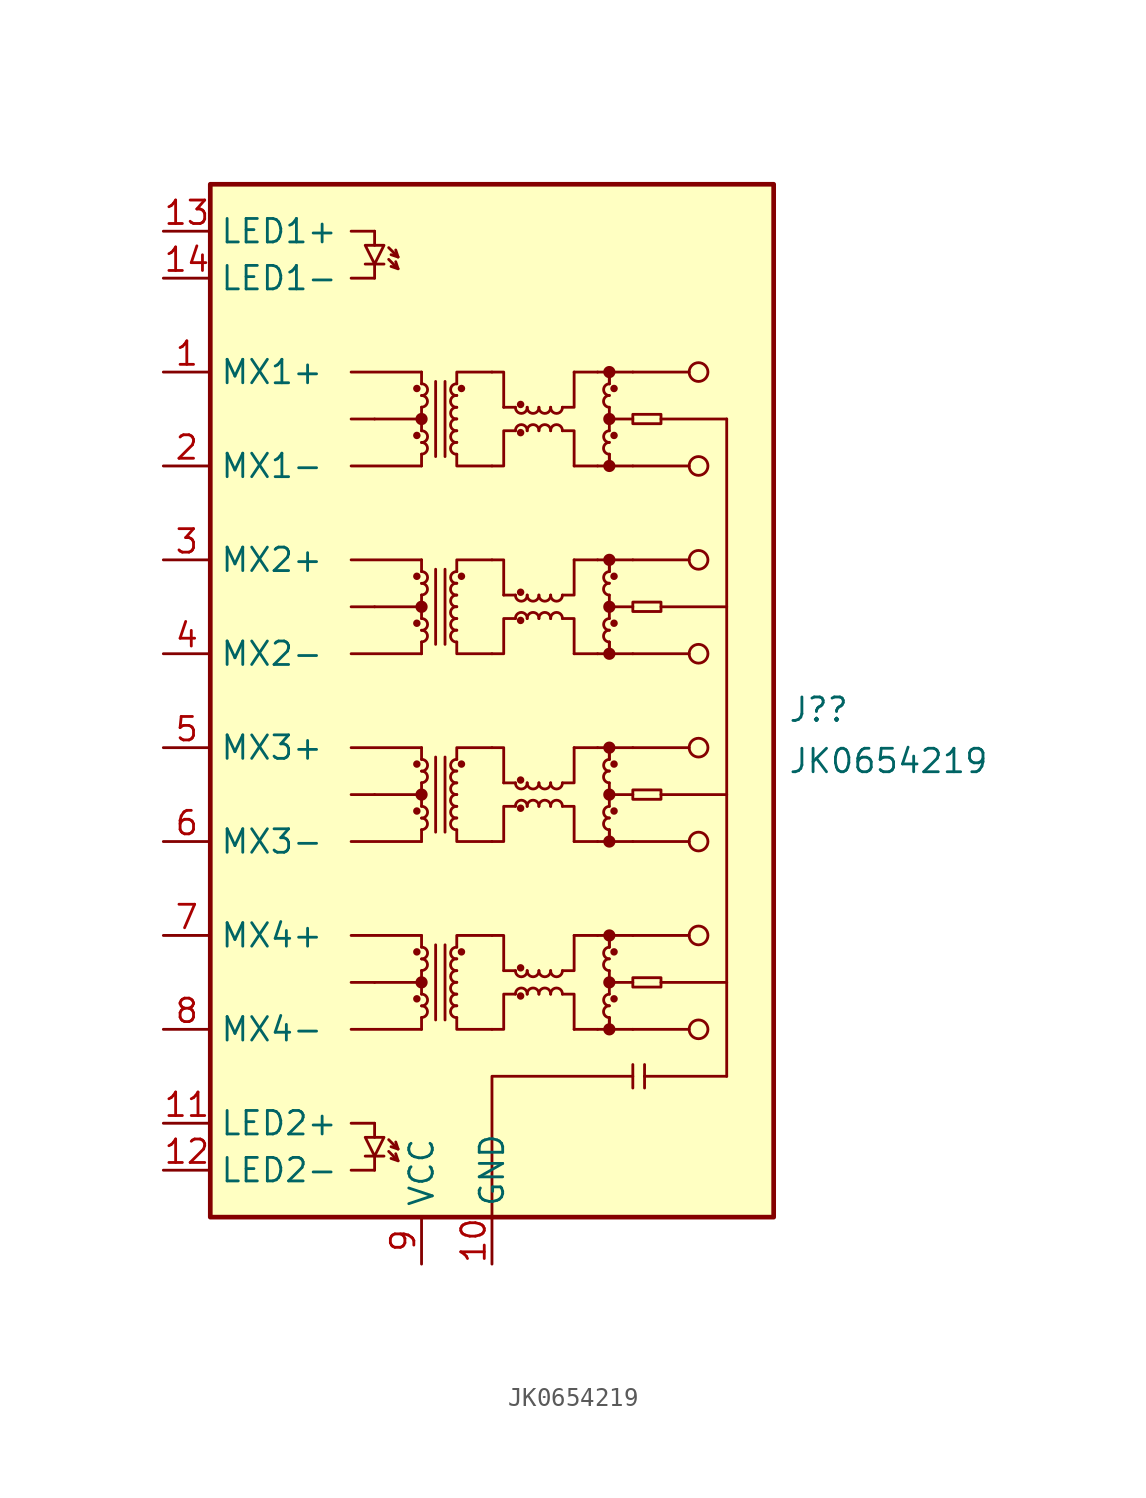
<source format=kicad_sym>
(kicad_symbol_lib
  (version 20210619)
  (generator kicad_symbol_editor)
  (symbol "Connector:JK0654219"
    (property "Reference" "J?"
      (at 16.002 -0.488 0)
      (effects (font (size 1.27 1.27)) (justify left)))
    (property "Value" "JK0654219"
      (at 16.002 -3.264 0)
      (effects (font (size 1.27 1.27)) (justify left)))
    (symbol "JK0654219_0_1"
      (arc (start -3.81 -17.145) (end -3.81 -16.51) (radius (at -3.81 -16.8402) (length 0.3048) (angles -89.9 89.9)) (stroke (width 0)) (fill (type none)))
      (arc (start -3.81 -16.51) (end -3.81 -15.875) (radius (at -3.81 -16.2052) (length 0.3048) (angles -89.9 89.9)) (stroke (width 0)) (fill (type none)))
      (arc (start -3.81 -14.605) (end -3.81 -13.97) (radius (at -3.81 -14.3002) (length 0.3048) (angles -89.9 89.9)) (stroke (width 0)) (fill (type none)))
      (arc (start -3.81 -13.97) (end -3.81 -13.335) (radius (at -3.81 -13.6652) (length 0.3048) (angles -89.9 89.9)) (stroke (width 0)) (fill (type none)))
      (arc (start -3.81 -6.985) (end -3.81 -6.35) (radius (at -3.81 -6.6802) (length 0.3048) (angles -89.9 89.9)) (stroke (width 0)) (fill (type none)))
      (arc (start -3.81 -6.35) (end -3.81 -5.715) (radius (at -3.81 -6.0452) (length 0.3048) (angles -89.9 89.9)) (stroke (width 0)) (fill (type none)))
      (arc (start -3.81 -4.445) (end -3.81 -3.81) (radius (at -3.81 -4.1402) (length 0.3048) (angles -89.9 89.9)) (stroke (width 0)) (fill (type none)))
      (arc (start -3.81 -3.81) (end -3.81 -3.175) (radius (at -3.81 -3.5052) (length 0.3048) (angles -89.9 89.9)) (stroke (width 0)) (fill (type none)))
      (arc (start -3.81 3.175) (end -3.81 3.81) (radius (at -3.81 3.4798) (length 0.3048) (angles -89.9 89.9)) (stroke (width 0)) (fill (type none)))
      (arc (start -3.81 3.81) (end -3.81 4.445) (radius (at -3.81 4.1148) (length 0.3048) (angles -89.9 89.9)) (stroke (width 0)) (fill (type none)))
      (arc (start -3.81 5.715) (end -3.81 6.35) (radius (at -3.81 6.0198) (length 0.3048) (angles -89.9 89.9)) (stroke (width 0)) (fill (type none)))
      (arc (start -3.81 6.35) (end -3.81 6.985) (radius (at -3.81 6.6548) (length 0.3048) (angles -89.9 89.9)) (stroke (width 0)) (fill (type none)))
      (arc (start -3.81 13.335) (end -3.81 13.97) (radius (at -3.81 13.6398) (length 0.3048) (angles -89.9 89.9)) (stroke (width 0)) (fill (type none)))
      (arc (start -3.81 13.97) (end -3.81 14.605) (radius (at -3.81 14.2748) (length 0.3048) (angles -89.9 89.9)) (stroke (width 0)) (fill (type none)))
      (arc (start -3.81 15.875) (end -3.81 16.51) (radius (at -3.81 16.1798) (length 0.3048) (angles -89.9 89.9)) (stroke (width 0)) (fill (type none)))
      (arc (start -3.81 16.51) (end -3.81 17.145) (radius (at -3.81 16.8148) (length 0.3048) (angles -89.9 89.9)) (stroke (width 0)) (fill (type none)))
      (arc (start -1.905 -16.51) (end -1.905 -17.145) (radius (at -1.905 -16.8148) (length 0.3048) (angles 90.1 -90.1)) (stroke (width 0)) (fill (type none)))
      (arc (start -1.905 -15.875) (end -1.905 -16.51) (radius (at -1.905 -16.1798) (length 0.3048) (angles 90.1 -90.1)) (stroke (width 0)) (fill (type none)))
      (arc (start -1.905 -15.24) (end -1.905 -15.875) (radius (at -1.905 -15.5448) (length 0.3048) (angles 90.1 -90.1)) (stroke (width 0)) (fill (type none)))
      (arc (start -1.905 -14.605) (end -1.905 -15.24) (radius (at -1.905 -14.9098) (length 0.3048) (angles 90.1 -90.1)) (stroke (width 0)) (fill (type none)))
      (arc (start -1.905 -13.97) (end -1.905 -14.605) (radius (at -1.905 -14.2748) (length 0.3048) (angles 90.1 -90.1)) (stroke (width 0)) (fill (type none)))
      (arc (start -1.905 -13.335) (end -1.905 -13.97) (radius (at -1.905 -13.6398) (length 0.3048) (angles 90.1 -90.1)) (stroke (width 0)) (fill (type none)))
      (arc (start -1.905 -6.35) (end -1.905 -6.985) (radius (at -1.905 -6.6548) (length 0.3048) (angles 90.1 -90.1)) (stroke (width 0)) (fill (type none)))
      (arc (start -1.905 -5.715) (end -1.905 -6.35) (radius (at -1.905 -6.0198) (length 0.3048) (angles 90.1 -90.1)) (stroke (width 0)) (fill (type none)))
      (arc (start -1.905 -5.08) (end -1.905 -5.715) (radius (at -1.905 -5.3848) (length 0.3048) (angles 90.1 -90.1)) (stroke (width 0)) (fill (type none)))
      (arc (start -1.905 -4.445) (end -1.905 -5.08) (radius (at -1.905 -4.7498) (length 0.3048) (angles 90.1 -90.1)) (stroke (width 0)) (fill (type none)))
      (arc (start -1.905 -3.81) (end -1.905 -4.445) (radius (at -1.905 -4.1148) (length 0.3048) (angles 90.1 -90.1)) (stroke (width 0)) (fill (type none)))
      (arc (start -1.905 -3.175) (end -1.905 -3.81) (radius (at -1.905 -3.4798) (length 0.3048) (angles 90.1 -90.1)) (stroke (width 0)) (fill (type none)))
      (arc (start -1.905 3.81) (end -1.905 3.175) (radius (at -1.905 3.5052) (length 0.3048) (angles 90.1 -90.1)) (stroke (width 0)) (fill (type none)))
      (arc (start -1.905 4.445) (end -1.905 3.81) (radius (at -1.905 4.1402) (length 0.3048) (angles 90.1 -90.1)) (stroke (width 0)) (fill (type none)))
      (arc (start -1.905 5.08) (end -1.905 4.445) (radius (at -1.905 4.7752) (length 0.3048) (angles 90.1 -90.1)) (stroke (width 0)) (fill (type none)))
      (arc (start -1.905 5.715) (end -1.905 5.08) (radius (at -1.905 5.4102) (length 0.3048) (angles 90.1 -90.1)) (stroke (width 0)) (fill (type none)))
      (arc (start -1.905 6.35) (end -1.905 5.715) (radius (at -1.905 6.0452) (length 0.3048) (angles 90.1 -90.1)) (stroke (width 0)) (fill (type none)))
      (arc (start -1.905 6.985) (end -1.905 6.35) (radius (at -1.905 6.6802) (length 0.3048) (angles 90.1 -90.1)) (stroke (width 0)) (fill (type none)))
      (arc (start -1.905 13.97) (end -1.905 13.335) (radius (at -1.905 13.6652) (length 0.3048) (angles 90.1 -90.1)) (stroke (width 0)) (fill (type none)))
      (arc (start -1.905 14.605) (end -1.905 13.97) (radius (at -1.905 14.3002) (length 0.3048) (angles 90.1 -90.1)) (stroke (width 0)) (fill (type none)))
      (arc (start -1.905 15.24) (end -1.905 14.605) (radius (at -1.905 14.9352) (length 0.3048) (angles 90.1 -90.1)) (stroke (width 0)) (fill (type none)))
      (arc (start -1.905 15.875) (end -1.905 15.24) (radius (at -1.905 15.5702) (length 0.3048) (angles 90.1 -90.1)) (stroke (width 0)) (fill (type none)))
      (arc (start -1.905 16.51) (end -1.905 15.875) (radius (at -1.905 16.2052) (length 0.3048) (angles 90.1 -90.1)) (stroke (width 0)) (fill (type none)))
      (arc (start -1.905 17.145) (end -1.905 16.51) (radius (at -1.905 16.8402) (length 0.3048) (angles 90.1 -90.1)) (stroke (width 0)) (fill (type none)))
      (arc (start 1.27 -14.605) (end 1.905 -14.605) (radius (at 1.5748 -14.605) (length 0.3048) (angles -179.9 -0.1)) (stroke (width 0)) (fill (type none)))
      (arc (start 1.27 -4.445) (end 1.905 -4.445) (radius (at 1.5748 -4.445) (length 0.3048) (angles -179.9 -0.1)) (stroke (width 0)) (fill (type none)))
      (arc (start 1.27 5.715) (end 1.905 5.715) (radius (at 1.5748 5.715) (length 0.3048) (angles -179.9 -0.1)) (stroke (width 0)) (fill (type none)))
      (arc (start 1.27 15.875) (end 1.905 15.875) (radius (at 1.5748 15.875) (length 0.3048) (angles -179.9 -0.1)) (stroke (width 0)) (fill (type none)))
      (arc (start 1.905 -15.875) (end 1.27 -15.875) (radius (at 1.6002 -15.875) (length 0.3048) (angles 0.1 179.9)) (stroke (width 0)) (fill (type none)))
      (arc (start 1.905 -5.715) (end 1.27 -5.715) (radius (at 1.6002 -5.715) (length 0.3048) (angles 0.1 179.9)) (stroke (width 0)) (fill (type none)))
      (arc (start 1.905 4.445) (end 1.27 4.445) (radius (at 1.6002 4.445) (length 0.3048) (angles 0.1 179.9)) (stroke (width 0)) (fill (type none)))
      (arc (start 1.905 14.605) (end 1.27 14.605) (radius (at 1.6002 14.605) (length 0.3048) (angles 0.1 179.9)) (stroke (width 0)) (fill (type none)))
      (arc (start 1.905 -14.605) (end 2.54 -14.605) (radius (at 2.2098 -14.605) (length 0.3048) (angles -179.9 -0.1)) (stroke (width 0)) (fill (type none)))
      (arc (start 1.905 -4.445) (end 2.54 -4.445) (radius (at 2.2098 -4.445) (length 0.3048) (angles -179.9 -0.1)) (stroke (width 0)) (fill (type none)))
      (arc (start 1.905 5.715) (end 2.54 5.715) (radius (at 2.2098 5.715) (length 0.3048) (angles -179.9 -0.1)) (stroke (width 0)) (fill (type none)))
      (arc (start 1.905 15.875) (end 2.54 15.875) (radius (at 2.2098 15.875) (length 0.3048) (angles -179.9 -0.1)) (stroke (width 0)) (fill (type none)))
      (arc (start 2.54 -15.875) (end 1.905 -15.875) (radius (at 2.2352 -15.875) (length 0.3048) (angles 0.1 179.9)) (stroke (width 0)) (fill (type none)))
      (arc (start 2.54 -5.715) (end 1.905 -5.715) (radius (at 2.2352 -5.715) (length 0.3048) (angles 0.1 179.9)) (stroke (width 0)) (fill (type none)))
      (arc (start 2.54 4.445) (end 1.905 4.445) (radius (at 2.2352 4.445) (length 0.3048) (angles 0.1 179.9)) (stroke (width 0)) (fill (type none)))
      (arc (start 2.54 14.605) (end 1.905 14.605) (radius (at 2.2352 14.605) (length 0.3048) (angles 0.1 179.9)) (stroke (width 0)) (fill (type none)))
      (arc (start 2.54 -14.605) (end 3.175 -14.605) (radius (at 2.8448 -14.605) (length 0.3048) (angles -179.9 -0.1)) (stroke (width 0)) (fill (type none)))
      (arc (start 2.54 -4.445) (end 3.175 -4.445) (radius (at 2.8448 -4.445) (length 0.3048) (angles -179.9 -0.1)) (stroke (width 0)) (fill (type none)))
      (arc (start 2.54 5.715) (end 3.175 5.715) (radius (at 2.8448 5.715) (length 0.3048) (angles -179.9 -0.1)) (stroke (width 0)) (fill (type none)))
      (arc (start 2.54 15.875) (end 3.175 15.875) (radius (at 2.8448 15.875) (length 0.3048) (angles -179.9 -0.1)) (stroke (width 0)) (fill (type none)))
      (arc (start 3.175 -15.875) (end 2.54 -15.875) (radius (at 2.8702 -15.875) (length 0.3048) (angles 0.1 179.9)) (stroke (width 0)) (fill (type none)))
      (arc (start 3.175 -5.715) (end 2.54 -5.715) (radius (at 2.8702 -5.715) (length 0.3048) (angles 0.1 179.9)) (stroke (width 0)) (fill (type none)))
      (arc (start 3.175 4.445) (end 2.54 4.445) (radius (at 2.8702 4.445) (length 0.3048) (angles 0.1 179.9)) (stroke (width 0)) (fill (type none)))
      (arc (start 3.175 14.605) (end 2.54 14.605) (radius (at 2.8702 14.605) (length 0.3048) (angles 0.1 179.9)) (stroke (width 0)) (fill (type none)))
      (arc (start 3.175 -14.605) (end 3.81 -14.605) (radius (at 3.4798 -14.605) (length 0.3048) (angles -179.9 -0.1)) (stroke (width 0)) (fill (type none)))
      (arc (start 3.175 -4.445) (end 3.81 -4.445) (radius (at 3.4798 -4.445) (length 0.3048) (angles -179.9 -0.1)) (stroke (width 0)) (fill (type none)))
      (arc (start 3.175 5.715) (end 3.81 5.715) (radius (at 3.4798 5.715) (length 0.3048) (angles -179.9 -0.1)) (stroke (width 0)) (fill (type none)))
      (arc (start 3.175 15.875) (end 3.81 15.875) (radius (at 3.4798 15.875) (length 0.3048) (angles -179.9 -0.1)) (stroke (width 0)) (fill (type none)))
      (arc (start 3.81 -15.875) (end 3.175 -15.875) (radius (at 3.5052 -15.875) (length 0.3048) (angles 0.1 179.9)) (stroke (width 0)) (fill (type none)))
      (arc (start 3.81 -5.715) (end 3.175 -5.715) (radius (at 3.5052 -5.715) (length 0.3048) (angles 0.1 179.9)) (stroke (width 0)) (fill (type none)))
      (arc (start 3.81 4.445) (end 3.175 4.445) (radius (at 3.5052 4.445) (length 0.3048) (angles 0.1 179.9)) (stroke (width 0)) (fill (type none)))
      (arc (start 3.81 14.605) (end 3.175 14.605) (radius (at 3.5052 14.605) (length 0.3048) (angles 0.1 179.9)) (stroke (width 0)) (fill (type none)))
      (arc (start 6.35 -16.51) (end 6.35 -17.145) (radius (at 6.35 -16.8402) (length 0.3048) (angles 90.1 -90.1)) (stroke (width 0)) (fill (type none)))
      (arc (start 6.35 -15.875) (end 6.35 -16.51) (radius (at 6.35 -16.2052) (length 0.3048) (angles 90.1 -90.1)) (stroke (width 0)) (fill (type none)))
      (arc (start 6.35 -13.97) (end 6.35 -14.605) (radius (at 6.35 -14.3002) (length 0.3048) (angles 90.1 -90.1)) (stroke (width 0)) (fill (type none)))
      (arc (start 6.35 -13.335) (end 6.35 -13.97) (radius (at 6.35 -13.6652) (length 0.3048) (angles 90.1 -90.1)) (stroke (width 0)) (fill (type none)))
      (arc (start 6.35 -6.35) (end 6.35 -6.985) (radius (at 6.35 -6.6802) (length 0.3048) (angles 90.1 -90.1)) (stroke (width 0)) (fill (type none)))
      (arc (start 6.35 -5.715) (end 6.35 -6.35) (radius (at 6.35 -6.0452) (length 0.3048) (angles 90.1 -90.1)) (stroke (width 0)) (fill (type none)))
      (arc (start 6.35 -3.81) (end 6.35 -4.445) (radius (at 6.35 -4.1402) (length 0.3048) (angles 90.1 -90.1)) (stroke (width 0)) (fill (type none)))
      (arc (start 6.35 -3.175) (end 6.35 -3.81) (radius (at 6.35 -3.5052) (length 0.3048) (angles 90.1 -90.1)) (stroke (width 0)) (fill (type none)))
      (arc (start 6.35 3.81) (end 6.35 3.175) (radius (at 6.35 3.4798) (length 0.3048) (angles 90.1 -90.1)) (stroke (width 0)) (fill (type none)))
      (arc (start 6.35 4.445) (end 6.35 3.81) (radius (at 6.35 4.1148) (length 0.3048) (angles 90.1 -90.1)) (stroke (width 0)) (fill (type none)))
      (arc (start 6.35 6.35) (end 6.35 5.715) (radius (at 6.35 6.0198) (length 0.3048) (angles 90.1 -90.1)) (stroke (width 0)) (fill (type none)))
      (arc (start 6.35 6.985) (end 6.35 6.35) (radius (at 6.35 6.6548) (length 0.3048) (angles 90.1 -90.1)) (stroke (width 0)) (fill (type none)))
      (arc (start 6.35 13.97) (end 6.35 13.335) (radius (at 6.35 13.6398) (length 0.3048) (angles 90.1 -90.1)) (stroke (width 0)) (fill (type none)))
      (arc (start 6.35 14.605) (end 6.35 13.97) (radius (at 6.35 14.2748) (length 0.3048) (angles 90.1 -90.1)) (stroke (width 0)) (fill (type none)))
      (arc (start 6.35 16.51) (end 6.35 15.875) (radius (at 6.35 16.1798) (length 0.3048) (angles 90.1 -90.1)) (stroke (width 0)) (fill (type none)))
      (arc (start 6.35 17.145) (end 6.35 16.51) (radius (at 6.35 16.8148) (length 0.3048) (angles 90.1 -90.1)) (stroke (width 0)) (fill (type none)))
      (circle (center 11.176 -17.78) (radius 0.508) (stroke (width 0)) (fill (type none)))
      (circle (center 11.176 -12.7) (radius 0.508) (stroke (width 0)) (fill (type none)))
      (circle (center 11.176 -7.62) (radius 0.508) (stroke (width 0)) (fill (type none)))
      (circle (center 11.176 -2.54) (radius 0.508) (stroke (width 0)) (fill (type none)))
      (circle (center 11.176 2.54) (radius 0.508) (stroke (width 0)) (fill (type none)))
      (circle (center 11.176 7.62) (radius 0.508) (stroke (width 0)) (fill (type none)))
      (circle (center 11.176 12.7) (radius 0.508) (stroke (width 0)) (fill (type none)))
      (circle (center 11.176 17.78) (radius 0.508) (stroke (width 0)) (fill (type none)))
      (circle (center -4.064 -16.129) (radius 0.127) (stroke (width 0)) (fill (type outline)))
      (circle (center -4.064 -13.589) (radius 0.127) (stroke (width 0)) (fill (type outline)))
      (circle (center -4.064 -5.969) (radius 0.127) (stroke (width 0)) (fill (type outline)))
      (circle (center -4.064 -3.429) (radius 0.127) (stroke (width 0)) (fill (type outline)))
      (circle (center -4.064 4.191) (radius 0.127) (stroke (width 0)) (fill (type outline)))
      (circle (center -4.064 6.731) (radius 0.127) (stroke (width 0)) (fill (type outline)))
      (circle (center -4.064 14.351) (radius 0.127) (stroke (width 0)) (fill (type outline)))
      (circle (center -4.064 16.891) (radius 0.127) (stroke (width 0)) (fill (type outline)))
      (circle (center -3.81 -15.24) (radius 0.254) (stroke (width 0)) (fill (type outline)))
      (circle (center -3.81 -5.08) (radius 0.254) (stroke (width 0)) (fill (type outline)))
      (circle (center -3.81 5.08) (radius 0.254) (stroke (width 0)) (fill (type outline)))
      (circle (center -3.81 15.24) (radius 0.254) (stroke (width 0)) (fill (type outline)))
      (circle (center -1.651 -13.589) (radius 0.127) (stroke (width 0)) (fill (type outline)))
      (circle (center -1.651 -3.429) (radius 0.127) (stroke (width 0)) (fill (type outline)))
      (circle (center -1.651 6.731) (radius 0.127) (stroke (width 0)) (fill (type outline)))
      (circle (center -1.651 16.891) (radius 0.127) (stroke (width 0)) (fill (type outline)))
      (circle (center 1.549 -15.977) (radius 0.127) (stroke (width 0)) (fill (type outline)))
      (circle (center 1.549 -14.453) (radius 0.127) (stroke (width 0)) (fill (type outline)))
      (circle (center 1.549 -5.817) (radius 0.127) (stroke (width 0)) (fill (type outline)))
      (circle (center 1.549 -4.293) (radius 0.127) (stroke (width 0)) (fill (type outline)))
      (circle (center 1.549 4.343) (radius 0.127) (stroke (width 0)) (fill (type outline)))
      (circle (center 1.549 5.867) (radius 0.127) (stroke (width 0)) (fill (type outline)))
      (circle (center 1.549 14.503) (radius 0.127) (stroke (width 0)) (fill (type outline)))
      (circle (center 1.549 16.027) (radius 0.127) (stroke (width 0)) (fill (type outline)))
      (circle (center 6.35 -17.78) (radius 0.254) (stroke (width 0)) (fill (type outline)))
      (circle (center 6.35 -15.24) (radius 0.254) (stroke (width 0)) (fill (type outline)))
      (circle (center 6.35 -12.7) (radius 0.254) (stroke (width 0)) (fill (type outline)))
      (circle (center 6.35 -7.62) (radius 0.254) (stroke (width 0)) (fill (type outline)))
      (circle (center 6.35 -5.08) (radius 0.254) (stroke (width 0)) (fill (type outline)))
      (circle (center 6.35 -2.54) (radius 0.254) (stroke (width 0)) (fill (type outline)))
      (circle (center 6.35 2.54) (radius 0.254) (stroke (width 0)) (fill (type outline)))
      (circle (center 6.35 5.08) (radius 0.254) (stroke (width 0)) (fill (type outline)))
      (circle (center 6.35 7.62) (radius 0.254) (stroke (width 0)) (fill (type outline)))
      (circle (center 6.35 12.7) (radius 0.254) (stroke (width 0)) (fill (type outline)))
      (circle (center 6.35 15.24) (radius 0.254) (stroke (width 0)) (fill (type outline)))
      (circle (center 6.35 17.78) (radius 0.254) (stroke (width 0)) (fill (type outline)))
      (circle (center 6.604 -16.129) (radius 0.127) (stroke (width 0)) (fill (type outline)))
      (circle (center 6.604 -13.589) (radius 0.127) (stroke (width 0)) (fill (type outline)))
      (circle (center 6.604 -5.969) (radius 0.127) (stroke (width 0)) (fill (type outline)))
      (circle (center 6.604 -3.429) (radius 0.127) (stroke (width 0)) (fill (type outline)))
      (circle (center 6.604 4.191) (radius 0.127) (stroke (width 0)) (fill (type outline)))
      (circle (center 6.604 6.731) (radius 0.127) (stroke (width 0)) (fill (type outline)))
      (circle (center 6.604 14.351) (radius 0.127) (stroke (width 0)) (fill (type outline)))
      (circle (center 6.604 16.891) (radius 0.127) (stroke (width 0)) (fill (type outline)))
      (rectangle (start 7.62 -14.986) (end 9.144 -15.494) (stroke (width 0)) (fill (type none)))
      (rectangle (start 7.62 -4.826) (end 9.144 -5.334) (stroke (width 0)) (fill (type none)))
      (rectangle (start 7.62 5.334) (end 9.144 4.826) (stroke (width 0)) (fill (type none)))
      (rectangle (start 7.62 15.494) (end 9.144 14.986) (stroke (width 0)) (fill (type none)))
      (rectangle (start -15.24 27.94) (end 15.24 -27.94) (stroke (width 0.254)) (fill (type background)))
      (polyline (pts (xy -7.62 -17.78) (xy -3.81 -17.78)) (stroke (width 0)) (fill (type none)))
      (polyline (pts (xy -7.62 -15.24) (xy -6.35 -15.24)) (stroke (width 0)) (fill (type none)))
      (polyline (pts (xy -7.62 -12.7) (xy -3.81 -12.7)) (stroke (width 0)) (fill (type none)))
      (polyline (pts (xy -7.62 -7.62) (xy -3.81 -7.62)) (stroke (width 0)) (fill (type none)))
      (polyline (pts (xy -7.62 -5.08) (xy -6.35 -5.08)) (stroke (width 0)) (fill (type none)))
      (polyline (pts (xy -7.62 -2.54) (xy -3.81 -2.54)) (stroke (width 0)) (fill (type none)))
      (polyline (pts (xy -7.62 2.54) (xy -3.81 2.54)) (stroke (width 0)) (fill (type none)))
      (polyline (pts (xy -7.62 5.08) (xy -6.35 5.08)) (stroke (width 0)) (fill (type none)))
      (polyline (pts (xy -7.62 7.62) (xy -3.81 7.62)) (stroke (width 0)) (fill (type none)))
      (polyline (pts (xy -7.62 12.7) (xy -3.81 12.7)) (stroke (width 0)) (fill (type none)))
      (polyline (pts (xy -7.62 15.24) (xy -6.35 15.24)) (stroke (width 0)) (fill (type none)))
      (polyline (pts (xy -7.62 17.78) (xy -3.81 17.78)) (stroke (width 0)) (fill (type none)))
      (polyline (pts (xy -6.35 -15.24) (xy -3.81 -15.24)) (stroke (width 0)) (fill (type none)))
      (polyline (pts (xy -6.35 -5.08) (xy -3.81 -5.08)) (stroke (width 0)) (fill (type none)))
      (polyline (pts (xy -6.35 5.08) (xy -3.81 5.08)) (stroke (width 0)) (fill (type none)))
      (polyline (pts (xy -6.35 15.24) (xy -3.81 15.24)) (stroke (width 0)) (fill (type none)))
      (polyline (pts (xy -3.81 -17.78) (xy -3.81 -17.145)) (stroke (width 0)) (fill (type none)))
      (polyline (pts (xy -3.81 -15.24) (xy -3.81 -15.875)) (stroke (width 0)) (fill (type none)))
      (polyline (pts (xy -3.81 -15.24) (xy -3.81 -14.605)) (stroke (width 0)) (fill (type none)))
      (polyline (pts (xy -3.81 -12.7) (xy -3.81 -13.335)) (stroke (width 0)) (fill (type none)))
      (polyline (pts (xy -3.81 -7.62) (xy -3.81 -6.985)) (stroke (width 0)) (fill (type none)))
      (polyline (pts (xy -3.81 -5.08) (xy -3.81 -5.715)) (stroke (width 0)) (fill (type none)))
      (polyline (pts (xy -3.81 -5.08) (xy -3.81 -4.445)) (stroke (width 0)) (fill (type none)))
      (polyline (pts (xy -3.81 -2.54) (xy -3.81 -3.175)) (stroke (width 0)) (fill (type none)))
      (polyline (pts (xy -3.81 2.54) (xy -3.81 3.175)) (stroke (width 0)) (fill (type none)))
      (polyline (pts (xy -3.81 5.08) (xy -3.81 4.445)) (stroke (width 0)) (fill (type none)))
      (polyline (pts (xy -3.81 5.08) (xy -3.81 5.715)) (stroke (width 0)) (fill (type none)))
      (polyline (pts (xy -3.81 7.62) (xy -3.81 6.985)) (stroke (width 0)) (fill (type none)))
      (polyline (pts (xy -3.81 12.7) (xy -3.81 13.335)) (stroke (width 0)) (fill (type none)))
      (polyline (pts (xy -3.81 15.24) (xy -3.81 14.605)) (stroke (width 0)) (fill (type none)))
      (polyline (pts (xy -3.81 15.24) (xy -3.81 15.875)) (stroke (width 0)) (fill (type none)))
      (polyline (pts (xy -3.81 17.78) (xy -3.81 17.145)) (stroke (width 0)) (fill (type none)))
      (polyline (pts (xy -3.048 -17.272) (xy -3.048 -13.208)) (stroke (width 0)) (fill (type none)))
      (polyline (pts (xy -3.048 -7.112) (xy -3.048 -3.048)) (stroke (width 0)) (fill (type none)))
      (polyline (pts (xy -3.048 3.048) (xy -3.048 7.112)) (stroke (width 0)) (fill (type none)))
      (polyline (pts (xy -3.048 13.208) (xy -3.048 17.272)) (stroke (width 0)) (fill (type none)))
      (polyline (pts (xy -2.54 -17.272) (xy -2.54 -13.208)) (stroke (width 0)) (fill (type none)))
      (polyline (pts (xy -2.54 -7.112) (xy -2.54 -3.048)) (stroke (width 0)) (fill (type none)))
      (polyline (pts (xy -2.54 3.048) (xy -2.54 7.112)) (stroke (width 0)) (fill (type none)))
      (polyline (pts (xy -2.54 13.208) (xy -2.54 17.272)) (stroke (width 0)) (fill (type none)))
      (polyline (pts (xy 0.635 -14.605) (xy 1.27 -14.605)) (stroke (width 0)) (fill (type none)))
      (polyline (pts (xy 0.635 -4.445) (xy 1.27 -4.445)) (stroke (width 0)) (fill (type none)))
      (polyline (pts (xy 0.635 5.715) (xy 1.27 5.715)) (stroke (width 0)) (fill (type none)))
      (polyline (pts (xy 0.635 15.875) (xy 1.27 15.875)) (stroke (width 0)) (fill (type none)))
      (polyline (pts (xy 4.445 -17.78) (xy 5.715 -17.78)) (stroke (width 0)) (fill (type none)))
      (polyline (pts (xy 4.445 -12.7) (xy 5.715 -12.7)) (stroke (width 0)) (fill (type none)))
      (polyline (pts (xy 4.445 -7.62) (xy 5.715 -7.62)) (stroke (width 0)) (fill (type none)))
      (polyline (pts (xy 4.445 -2.54) (xy 5.715 -2.54)) (stroke (width 0)) (fill (type none)))
      (polyline (pts (xy 4.445 2.54) (xy 5.715 2.54)) (stroke (width 0)) (fill (type none)))
      (polyline (pts (xy 4.445 7.62) (xy 5.715 7.62)) (stroke (width 0)) (fill (type none)))
      (polyline (pts (xy 4.445 12.7) (xy 5.715 12.7)) (stroke (width 0)) (fill (type none)))
      (polyline (pts (xy 4.445 17.78) (xy 5.715 17.78)) (stroke (width 0)) (fill (type none)))
      (polyline (pts (xy 6.35 -17.78) (xy 6.35 -17.145)) (stroke (width 0)) (fill (type none)))
      (polyline (pts (xy 6.35 -15.24) (xy 6.35 -15.875)) (stroke (width 0)) (fill (type none)))
      (polyline (pts (xy 6.35 -15.24) (xy 6.35 -14.605)) (stroke (width 0)) (fill (type none)))
      (polyline (pts (xy 6.35 -12.7) (xy 6.35 -13.335)) (stroke (width 0)) (fill (type none)))
      (polyline (pts (xy 6.35 -7.62) (xy 6.35 -6.985)) (stroke (width 0)) (fill (type none)))
      (polyline (pts (xy 6.35 -5.08) (xy 6.35 -5.715)) (stroke (width 0)) (fill (type none)))
      (polyline (pts (xy 6.35 -5.08) (xy 6.35 -4.445)) (stroke (width 0)) (fill (type none)))
      (polyline (pts (xy 6.35 -2.54) (xy 6.35 -3.175)) (stroke (width 0)) (fill (type none)))
      (polyline (pts (xy 6.35 2.54) (xy 6.35 3.175)) (stroke (width 0)) (fill (type none)))
      (polyline (pts (xy 6.35 5.08) (xy 6.35 4.445)) (stroke (width 0)) (fill (type none)))
      (polyline (pts (xy 6.35 5.08) (xy 6.35 5.715)) (stroke (width 0)) (fill (type none)))
      (polyline (pts (xy 6.35 7.62) (xy 6.35 6.985)) (stroke (width 0)) (fill (type none)))
      (polyline (pts (xy 6.35 12.7) (xy 6.35 13.335)) (stroke (width 0)) (fill (type none)))
      (polyline (pts (xy 6.35 15.24) (xy 6.35 14.605)) (stroke (width 0)) (fill (type none)))
      (polyline (pts (xy 6.35 15.24) (xy 6.35 15.875)) (stroke (width 0)) (fill (type none)))
      (polyline (pts (xy 6.35 17.78) (xy 6.35 17.145)) (stroke (width 0)) (fill (type none)))
      (polyline (pts (xy 7.62 -20.955) (xy 7.62 -19.685)) (stroke (width 0)) (fill (type none)))
      (polyline (pts (xy 7.62 -17.78) (xy 6.35 -17.78)) (stroke (width 0)) (fill (type none)))
      (polyline (pts (xy 7.62 -17.78) (xy 10.668 -17.78)) (stroke (width 0)) (fill (type none)))
      (polyline (pts (xy 7.62 -15.24) (xy 6.35 -15.24)) (stroke (width 0)) (fill (type none)))
      (polyline (pts (xy 7.62 -12.7) (xy 6.35 -12.7)) (stroke (width 0)) (fill (type none)))
      (polyline (pts (xy 7.62 -12.7) (xy 10.668 -12.7)) (stroke (width 0)) (fill (type none)))
      (polyline (pts (xy 7.62 -7.62) (xy 6.35 -7.62)) (stroke (width 0)) (fill (type none)))
      (polyline (pts (xy 7.62 -7.62) (xy 10.668 -7.62)) (stroke (width 0)) (fill (type none)))
      (polyline (pts (xy 7.62 -5.08) (xy 6.35 -5.08)) (stroke (width 0)) (fill (type none)))
      (polyline (pts (xy 7.62 -2.54) (xy 6.35 -2.54)) (stroke (width 0)) (fill (type none)))
      (polyline (pts (xy 7.62 -2.54) (xy 10.668 -2.54)) (stroke (width 0)) (fill (type none)))
      (polyline (pts (xy 7.62 2.54) (xy 6.35 2.54)) (stroke (width 0)) (fill (type none)))
      (polyline (pts (xy 7.62 2.54) (xy 10.668 2.54)) (stroke (width 0)) (fill (type none)))
      (polyline (pts (xy 7.62 5.08) (xy 6.35 5.08)) (stroke (width 0)) (fill (type none)))
      (polyline (pts (xy 7.62 7.62) (xy 6.35 7.62)) (stroke (width 0)) (fill (type none)))
      (polyline (pts (xy 7.62 7.62) (xy 10.668 7.62)) (stroke (width 0)) (fill (type none)))
      (polyline (pts (xy 7.62 12.7) (xy 6.35 12.7)) (stroke (width 0)) (fill (type none)))
      (polyline (pts (xy 7.62 12.7) (xy 10.668 12.7)) (stroke (width 0)) (fill (type none)))
      (polyline (pts (xy 7.62 15.24) (xy 6.35 15.24)) (stroke (width 0)) (fill (type none)))
      (polyline (pts (xy 7.62 17.78) (xy 6.35 17.78)) (stroke (width 0)) (fill (type none)))
      (polyline (pts (xy 7.62 17.78) (xy 10.668 17.78)) (stroke (width 0)) (fill (type none)))
      (polyline (pts (xy 8.255 -20.32) (xy 8.255 -20.955)) (stroke (width 0)) (fill (type none)))
      (polyline (pts (xy 8.255 -20.32) (xy 8.255 -19.685)) (stroke (width 0)) (fill (type none)))
      (polyline (pts (xy 8.255 -20.32) (xy 12.7 -20.32)) (stroke (width 0)) (fill (type none)))
      (polyline (pts (xy 9.144 -15.24) (xy 12.7 -15.24)) (stroke (width 0)) (fill (type none)))
      (polyline (pts (xy 9.144 -5.08) (xy 12.7 -5.08)) (stroke (width 0)) (fill (type none)))
      (polyline (pts (xy 9.144 5.08) (xy 12.7 5.08)) (stroke (width 0)) (fill (type none)))
      (polyline (pts (xy 12.7 -20.32) (xy 12.7 15.24)) (stroke (width 0)) (fill (type none)))
      (polyline (pts (xy 12.7 15.24) (xy 9.144 15.24)) (stroke (width 0)) (fill (type none)))
      (polyline (pts (xy -1.905 -17.145) (xy -1.905 -17.78) (xy 0 -17.78)) (stroke (width 0)) (fill (type none)))
      (polyline (pts (xy -1.905 -13.335) (xy -1.905 -12.7) (xy 0 -12.7)) (stroke (width 0)) (fill (type none)))
      (polyline (pts (xy -1.905 -6.985) (xy -1.905 -7.62) (xy 0 -7.62)) (stroke (width 0)) (fill (type none)))
      (polyline (pts (xy -1.905 -3.175) (xy -1.905 -2.54) (xy 0 -2.54)) (stroke (width 0)) (fill (type none)))
      (polyline (pts (xy -1.905 3.175) (xy -1.905 2.54) (xy 0 2.54)) (stroke (width 0)) (fill (type none)))
      (polyline (pts (xy -1.905 6.985) (xy -1.905 7.62) (xy 0 7.62)) (stroke (width 0)) (fill (type none)))
      (polyline (pts (xy -1.905 13.335) (xy -1.905 12.7) (xy 0 12.7)) (stroke (width 0)) (fill (type none)))
      (polyline (pts (xy -1.905 17.145) (xy -1.905 17.78) (xy 0 17.78)) (stroke (width 0)) (fill (type none)))
      (polyline (pts (xy 0 -12.7) (xy 0.635 -12.7) (xy 0.635 -14.605)) (stroke (width 0)) (fill (type none)))
      (polyline (pts (xy 0 -2.54) (xy 0.635 -2.54) (xy 0.635 -4.445)) (stroke (width 0)) (fill (type none)))
      (polyline (pts (xy 0 7.62) (xy 0.635 7.62) (xy 0.635 5.715)) (stroke (width 0)) (fill (type none)))
      (polyline (pts (xy 0 17.78) (xy 0.635 17.78) (xy 0.635 15.875)) (stroke (width 0)) (fill (type none)))
      (polyline (pts (xy 3.81 -15.875) (xy 4.445 -15.875) (xy 4.445 -17.78)) (stroke (width 0)) (fill (type none)))
      (polyline (pts (xy 3.81 -14.605) (xy 4.445 -14.605) (xy 4.445 -12.7)) (stroke (width 0)) (fill (type none)))
      (polyline (pts (xy 3.81 -5.715) (xy 4.445 -5.715) (xy 4.445 -7.62)) (stroke (width 0)) (fill (type none)))
      (polyline (pts (xy 3.81 -4.445) (xy 4.445 -4.445) (xy 4.445 -2.54)) (stroke (width 0)) (fill (type none)))
      (polyline (pts (xy 3.81 4.445) (xy 4.445 4.445) (xy 4.445 2.54)) (stroke (width 0)) (fill (type none)))
      (polyline (pts (xy 3.81 5.715) (xy 4.445 5.715) (xy 4.445 7.62)) (stroke (width 0)) (fill (type none)))
      (polyline (pts (xy 3.81 14.605) (xy 4.445 14.605) (xy 4.445 12.7)) (stroke (width 0)) (fill (type none)))
      (polyline (pts (xy 3.81 15.875) (xy 4.445 15.875) (xy 4.445 17.78)) (stroke (width 0)) (fill (type none)))
      (polyline (pts (xy 5.715 -17.78) (xy 6.35 -17.78) (xy 6.35 -17.145)) (stroke (width 0)) (fill (type none)))
      (polyline (pts (xy 5.715 -12.7) (xy 6.35 -12.7) (xy 6.35 -13.335)) (stroke (width 0)) (fill (type none)))
      (polyline (pts (xy 5.715 -7.62) (xy 6.35 -7.62) (xy 6.35 -6.985)) (stroke (width 0)) (fill (type none)))
      (polyline (pts (xy 5.715 -2.54) (xy 6.35 -2.54) (xy 6.35 -3.175)) (stroke (width 0)) (fill (type none)))
      (polyline (pts (xy 5.715 2.54) (xy 6.35 2.54) (xy 6.35 3.175)) (stroke (width 0)) (fill (type none)))
      (polyline (pts (xy 5.715 7.62) (xy 6.35 7.62) (xy 6.35 6.985)) (stroke (width 0)) (fill (type none)))
      (polyline (pts (xy 5.715 12.7) (xy 6.35 12.7) (xy 6.35 13.335)) (stroke (width 0)) (fill (type none)))
      (polyline (pts (xy 5.715 17.78) (xy 6.35 17.78) (xy 6.35 17.145)) (stroke (width 0)) (fill (type none)))
      (polyline (pts (xy 7.62 -20.32) (xy 0 -20.32) (xy 0 -27.94)) (stroke (width 0)) (fill (type none)))
      (polyline (pts (xy 0 -17.78) (xy 0.635 -17.78) (xy 0.635 -15.875) (xy 1.27 -15.875)) (stroke (width 0)) (fill (type none)))
      (polyline (pts (xy 0 -7.62) (xy 0.635 -7.62) (xy 0.635 -5.715) (xy 1.27 -5.715)) (stroke (width 0)) (fill (type none)))
      (polyline (pts (xy 0 2.54) (xy 0.635 2.54) (xy 0.635 4.445) (xy 1.27 4.445)) (stroke (width 0)) (fill (type none)))
      (polyline (pts (xy 0 12.7) (xy 0.635 12.7) (xy 0.635 14.605) (xy 1.27 14.605)) (stroke (width 0)) (fill (type none))))
    (symbol "JK0654219_1_1"
      (polyline (pts (xy -7.62 -25.4) (xy -6.35 -25.4)) (stroke (width 0)) (fill (type none)))
      (polyline (pts (xy -7.62 -22.86) (xy -6.35 -22.86)) (stroke (width 0)) (fill (type none)))
      (polyline (pts (xy -7.62 22.86) (xy -6.35 22.86)) (stroke (width 0)) (fill (type none)))
      (polyline (pts (xy -7.62 25.4) (xy -6.35 25.4)) (stroke (width 0)) (fill (type none)))
      (polyline (pts (xy -6.858 -24.638) (xy -5.842 -24.638)) (stroke (width 0)) (fill (type none)))
      (polyline (pts (xy -6.858 23.622) (xy -5.842 23.622)) (stroke (width 0)) (fill (type none)))
      (polyline (pts (xy -6.35 -25.4) (xy -6.35 -24.638)) (stroke (width 0)) (fill (type none)))
      (polyline (pts (xy -6.35 -22.86) (xy -6.35 -23.622)) (stroke (width 0)) (fill (type none)))
      (polyline (pts (xy -6.35 22.86) (xy -6.35 23.622)) (stroke (width 0)) (fill (type none)))
      (polyline (pts (xy -6.35 25.4) (xy -6.35 24.638)) (stroke (width 0)) (fill (type none)))
      (polyline (pts (xy -5.08 -24.892) (xy -5.207 -24.511)) (stroke (width 0)) (fill (type none)))
      (polyline (pts (xy -5.08 -24.257) (xy -5.207 -23.876)) (stroke (width 0)) (fill (type none)))
      (polyline (pts (xy -5.08 23.368) (xy -5.207 23.749)) (stroke (width 0)) (fill (type none)))
      (polyline (pts (xy -5.08 24.003) (xy -5.207 24.384)) (stroke (width 0)) (fill (type none)))
      (polyline (pts (xy -5.588 -24.384) (xy -5.08 -24.892) (xy -5.461 -24.765)) (stroke (width 0)) (fill (type none)))
      (polyline (pts (xy -5.588 -23.749) (xy -5.08 -24.257) (xy -5.461 -24.13)) (stroke (width 0)) (fill (type none)))
      (polyline (pts (xy -5.588 23.876) (xy -5.08 23.368) (xy -5.461 23.495)) (stroke (width 0)) (fill (type none)))
      (polyline (pts (xy -5.588 24.511) (xy -5.08 24.003) (xy -5.461 24.13)) (stroke (width 0)) (fill (type none)))
      (polyline (pts (xy -6.35 -24.638) (xy -6.858 -23.622) (xy -5.842 -23.622) (xy -6.35 -24.638)) (stroke (width 0)) (fill (type none)))
      (polyline (pts (xy -6.35 23.622) (xy -6.858 24.638) (xy -5.842 24.638) (xy -6.35 23.622)) (stroke (width 0)) (fill (type none)))
      (pin passive line (at -17.78 17.78 0) (length 2.54) (name "MX1+" (effects (font (size 1.27 1.27)))) (number "1" (effects (font (size 1.27 1.27)))))
      (pin passive line (at 0 -30.48 90) (length 2.54) (name "GND" (effects (font (size 1.27 1.27)))) (number "10" (effects (font (size 1.27 1.27)))))
      (pin passive line (at -17.78 -22.86 0) (length 2.54) (name "LED2+" (effects (font (size 1.27 1.27)))) (number "11" (effects (font (size 1.27 1.27)))))
      (pin passive line (at -17.78 -25.4 0) (length 2.54) (name "LED2-" (effects (font (size 1.27 1.27)))) (number "12" (effects (font (size 1.27 1.27)))))
      (pin passive line (at -17.78 25.4 0) (length 2.54) (name "LED1+" (effects (font (size 1.27 1.27)))) (number "13" (effects (font (size 1.27 1.27)))))
      (pin passive line (at -17.78 22.86 0) (length 2.54) (name "LED1-" (effects (font (size 1.27 1.27)))) (number "14" (effects (font (size 1.27 1.27)))))
      (pin passive line (at -17.78 12.7 0) (length 2.54) (name "MX1-" (effects (font (size 1.27 1.27)))) (number "2" (effects (font (size 1.27 1.27)))))
      (pin passive line (at -17.78 7.62 0) (length 2.54) (name "MX2+" (effects (font (size 1.27 1.27)))) (number "3" (effects (font (size 1.27 1.27)))))
      (pin passive line (at -17.78 2.54 0) (length 2.54) (name "MX2-" (effects (font (size 1.27 1.27)))) (number "4" (effects (font (size 1.27 1.27)))))
      (pin passive line (at -17.78 -2.54 0) (length 2.54) (name "MX3+" (effects (font (size 1.27 1.27)))) (number "5" (effects (font (size 1.27 1.27)))))
      (pin passive line (at -17.78 -7.62 0) (length 2.54) (name "MX3-" (effects (font (size 1.27 1.27)))) (number "6" (effects (font (size 1.27 1.27)))))
      (pin passive line (at -17.78 -12.7 0) (length 2.54) (name "MX4+" (effects (font (size 1.27 1.27)))) (number "7" (effects (font (size 1.27 1.27)))))
      (pin passive line (at -17.78 -17.78 0) (length 2.54) (name "MX4-" (effects (font (size 1.27 1.27)))) (number "8" (effects (font (size 1.27 1.27)))))
      (pin passive line (at -3.81 -30.48 90) (length 2.54) (name "VCC" (effects (font (size 1.27 1.27)))) (number "9" (effects (font (size 1.27 1.27))))))))
</source>
